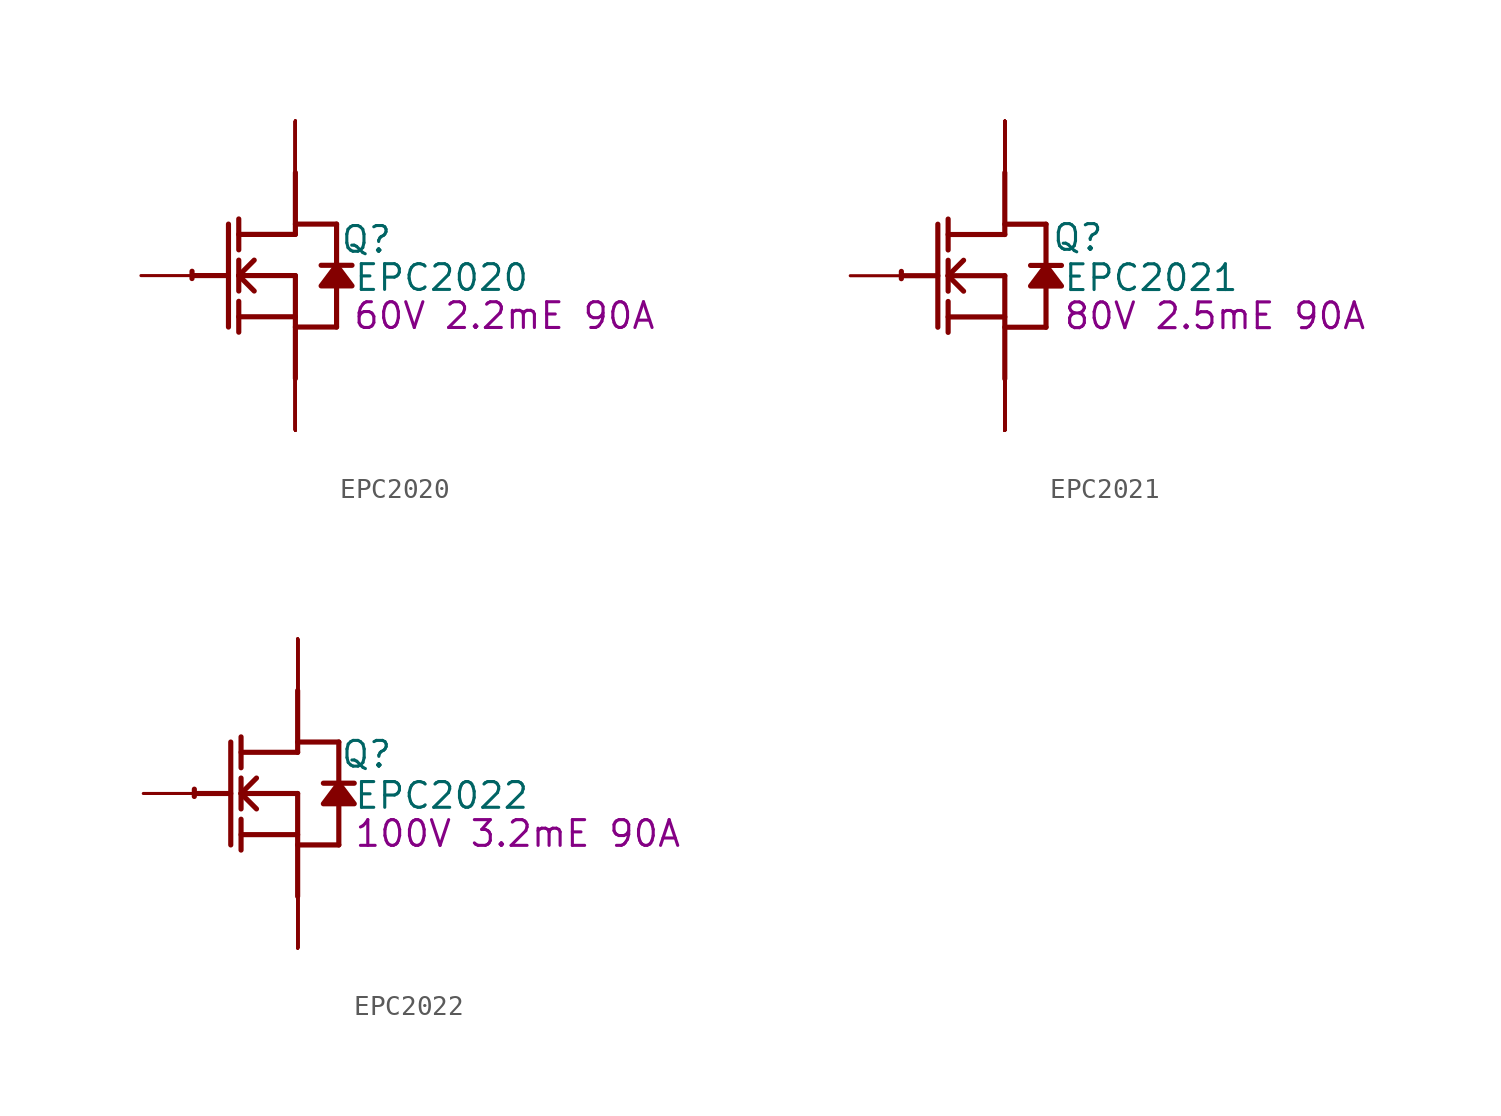
<source format=kicad_sym>
(kicad_symbol_lib
  (version 20231120)
  (generator "kicad_symbol_editor")
  (generator_version "8.0")
  (symbol "EPC2020"
    (property "Reference" "Q"
      (at 3.505 1.778 0)
      (effects (font (size 1.27 1.27))))
    (property "Value" "EPC2020"
      (at 7.214 -0.102 0)
      (effects (font (size 1.27 1.27))))
    (property "Description" "60V 2.2mE 90A"
      (at 10.312 -1.981 0)
      (effects (font (size 1.27 1.27))))
    (symbol "EPC2020_1_0"
      (arc (start -5.0996 0.2128) (mid -5.1039 0.0331) (end -5.1019 -0.1467) (stroke (width 0.254) (type solid)) (fill (type none)))
      (polyline (pts (xy -5.08 0) (xy -3.302 0)) (stroke (width 0.254) (type solid)) (fill (type none)))
      (polyline (pts (xy -3.302 2.54) (xy -3.302 -2.54)) (stroke (width 0.254) (type solid)) (fill (type none)))
      (polyline (pts (xy -2.794 -2.794) (xy -2.794 -1.27)) (stroke (width 0.254) (type solid)) (fill (type none)))
      (polyline (pts (xy -2.794 -2.032) (xy 0 -2.032)) (stroke (width 0.254) (type solid)) (fill (type none)))
      (polyline (pts (xy -2.794 -0.762) (xy -2.794 0.762)) (stroke (width 0.254) (type solid)) (fill (type none)))
      (polyline (pts (xy -2.794 0) (xy -2.032 0.762)) (stroke (width 0.254) (type solid)) (fill (type none)))
      (polyline (pts (xy -2.794 0) (xy 0 0)) (stroke (width 0.254) (type solid)) (fill (type none)))
      (polyline (pts (xy -2.794 1.27) (xy -2.794 2.794)) (stroke (width 0.254) (type solid)) (fill (type none)))
      (polyline (pts (xy -2.032 -0.762) (xy -2.794 0)) (stroke (width 0.254) (type solid)) (fill (type none)))
      (polyline (pts (xy 0 -2.54) (xy 2.032 -2.54)) (stroke (width 0.254) (type solid)) (fill (type none)))
      (polyline (pts (xy 0 0) (xy 0 -5.08)) (stroke (width 0.254) (type solid)) (fill (type none)))
      (polyline (pts (xy 0 2.032) (xy -2.794 2.032)) (stroke (width 0.254) (type solid)) (fill (type none)))
      (polyline (pts (xy 0 2.032) (xy 0 5.08)) (stroke (width 0.254) (type solid)) (fill (type none)))
      (polyline (pts (xy 0 2.54) (xy 2.032 2.54)) (stroke (width 0.254) (type solid)) (fill (type none)))
      (polyline (pts (xy 2.032 -0.508) (xy 2.032 -2.54)) (stroke (width 0.254) (type solid)) (fill (type none)))
      (polyline (pts (xy 2.032 2.54) (xy 2.032 0.508)) (stroke (width 0.254) (type solid)) (fill (type none)))
      (polyline (pts (xy 2.794 0.508) (xy 1.27 0.508)) (stroke (width 0.254) (type solid)) (fill (type none)))
      (polyline (pts (xy 2.032 0.508) (xy 1.27 -0.508) (xy 2.794 -0.508) (xy 2.032 0.508)) (stroke (width 0.254) (type solid)) (fill (type outline)))
      (pin passive line (at -7.62 0 0) (length 2.54) (name "G" (effects (font (size 0 0)))) (number "1" (effects (font (size 0 0)))))
      (pin open_emitter line (at 0 -7.62 90) (length 2.54) (name "S5" (effects (font (size 0 0)))) (number "10" (effects (font (size 0 0)))))
      (pin open_collector line (at 0 7.62 270) (length 2.54) (name "D4" (effects (font (size 0 0)))) (number "11" (effects (font (size 0 0)))))
      (pin open_collector line (at 0 7.62 270) (length 2.54) (name "D5" (effects (font (size 0 0)))) (number "12" (effects (font (size 0 0)))))
      (pin open_emitter line (at 0 -7.62 90) (length 2.54) (name "S6" (effects (font (size 0 0)))) (number "13" (effects (font (size 0 0)))))
      (pin open_emitter line (at 0 -7.62 90) (length 2.54) (name "S7" (effects (font (size 0 0)))) (number "14" (effects (font (size 0 0)))))
      (pin open_collector line (at 0 7.62 270) (length 2.54) (name "D6" (effects (font (size 0 0)))) (number "15" (effects (font (size 0 0)))))
      (pin open_collector line (at 0 7.62 270) (length 2.54) (name "D7" (effects (font (size 0 0)))) (number "16" (effects (font (size 0 0)))))
      (pin open_emitter line (at 0 -7.62 90) (length 2.54) (name "S8" (effects (font (size 0 0)))) (number "17" (effects (font (size 0 0)))))
      (pin open_emitter line (at 0 -7.62 90) (length 2.54) (name "S9" (effects (font (size 0 0)))) (number "18" (effects (font (size 0 0)))))
      (pin open_collector line (at 0 7.62 270) (length 2.54) (name "D8" (effects (font (size 0 0)))) (number "19" (effects (font (size 0 0)))))
      (pin open_emitter line (at 0 -7.62 90) (length 2.54) (name "S1" (effects (font (size 0 0)))) (number "2" (effects (font (size 0 0)))))
      (pin open_collector line (at 0 7.62 270) (length 2.54) (name "D9" (effects (font (size 0 0)))) (number "20" (effects (font (size 0 0)))))
      (pin open_emitter line (at 0 -7.62 90) (length 2.54) (name "S10" (effects (font (size 0 0)))) (number "21" (effects (font (size 0 0)))))
      (pin open_emitter line (at 0 -7.62 90) (length 2.54) (name "S11" (effects (font (size 0 0)))) (number "22" (effects (font (size 0 0)))))
      (pin open_collector line (at 0 7.62 270) (length 2.54) (name "D10" (effects (font (size 0 0)))) (number "23" (effects (font (size 0 0)))))
      (pin open_collector line (at 0 7.62 270) (length 2.54) (name "D11" (effects (font (size 0 0)))) (number "24" (effects (font (size 0 0)))))
      (pin open_emitter line (at 0 -7.62 90) (length 2.54) (name "S12" (effects (font (size 0 0)))) (number "25" (effects (font (size 0 0)))))
      (pin open_emitter line (at 0 -7.62 90) (length 2.54) (name "S13" (effects (font (size 0 0)))) (number "26" (effects (font (size 0 0)))))
      (pin open_collector line (at 0 7.62 270) (length 2.54) (name "D12" (effects (font (size 0 0)))) (number "27" (effects (font (size 0 0)))))
      (pin open_collector line (at 0 7.62 270) (length 2.54) (name "D13" (effects (font (size 0 0)))) (number "28" (effects (font (size 0 0)))))
      (pin open_emitter line (at 0 -7.62 90) (length 2.54) (name "S14" (effects (font (size 0 0)))) (number "29" (effects (font (size 0 0)))))
      (pin open_collector line (at 0 7.62 270) (length 2.54) (name "D1" (effects (font (size 0 0)))) (number "3" (effects (font (size 0 0)))))
      (pin open_emitter line (at 0 -7.62 90) (length 2.54) (name "Sub" (effects (font (size 0 0)))) (number "30" (effects (font (size 0 0)))))
      (pin open_collector line (at 0 7.62 270) (length 2.54) (name "D1" (effects (font (size 0 0)))) (number "4" (effects (font (size 0 0)))))
      (pin open_emitter line (at 0 -7.62 90) (length 2.54) (name "S2" (effects (font (size 0 0)))) (number "5" (effects (font (size 0 0)))))
      (pin open_emitter line (at 0 -7.62 90) (length 2.54) (name "S3" (effects (font (size 0 0)))) (number "6" (effects (font (size 0 0)))))
      (pin open_collector line (at 0 7.62 270) (length 2.54) (name "D2" (effects (font (size 0 0)))) (number "7" (effects (font (size 0 0)))))
      (pin open_collector line (at 0 7.62 270) (length 2.54) (name "D3" (effects (font (size 0 0)))) (number "8" (effects (font (size 0 0)))))
      (pin open_emitter line (at 0 -7.62 90) (length 2.54) (name "S4" (effects (font (size 0 0)))) (number "9" (effects (font (size 0 0)))))))
  (symbol "EPC2021"
    (property "Reference" "Q"
      (at 3.607 1.88 0)
      (effects (font (size 1.27 1.27))))
    (property "Value" "EPC2021"
      (at 7.214 -0.102 0)
      (effects (font (size 1.27 1.27))))
    (property "Description" "80V 2.5mE 90A"
      (at 10.363 -1.981 0)
      (effects (font (size 1.27 1.27))))
    (symbol "EPC2021_1_0"
      (arc (start -5.0996 0.2128) (mid -5.1039 0.0331) (end -5.1019 -0.1467) (stroke (width 0.254) (type solid)) (fill (type none)))
      (polyline (pts (xy -5.08 0) (xy -3.302 0)) (stroke (width 0.254) (type solid)) (fill (type none)))
      (polyline (pts (xy -3.302 2.54) (xy -3.302 -2.54)) (stroke (width 0.254) (type solid)) (fill (type none)))
      (polyline (pts (xy -2.794 -2.794) (xy -2.794 -1.27)) (stroke (width 0.254) (type solid)) (fill (type none)))
      (polyline (pts (xy -2.794 -2.032) (xy 0 -2.032)) (stroke (width 0.254) (type solid)) (fill (type none)))
      (polyline (pts (xy -2.794 -0.762) (xy -2.794 0.762)) (stroke (width 0.254) (type solid)) (fill (type none)))
      (polyline (pts (xy -2.794 0) (xy -2.032 0.762)) (stroke (width 0.254) (type solid)) (fill (type none)))
      (polyline (pts (xy -2.794 0) (xy 0 0)) (stroke (width 0.254) (type solid)) (fill (type none)))
      (polyline (pts (xy -2.794 1.27) (xy -2.794 2.794)) (stroke (width 0.254) (type solid)) (fill (type none)))
      (polyline (pts (xy -2.032 -0.762) (xy -2.794 0)) (stroke (width 0.254) (type solid)) (fill (type none)))
      (polyline (pts (xy 0 -2.54) (xy 2.032 -2.54)) (stroke (width 0.254) (type solid)) (fill (type none)))
      (polyline (pts (xy 0 0) (xy 0 -5.08)) (stroke (width 0.254) (type solid)) (fill (type none)))
      (polyline (pts (xy 0 2.032) (xy -2.794 2.032)) (stroke (width 0.254) (type solid)) (fill (type none)))
      (polyline (pts (xy 0 2.032) (xy 0 5.08)) (stroke (width 0.254) (type solid)) (fill (type none)))
      (polyline (pts (xy 0 2.54) (xy 2.032 2.54)) (stroke (width 0.254) (type solid)) (fill (type none)))
      (polyline (pts (xy 2.032 -0.508) (xy 2.032 -2.54)) (stroke (width 0.254) (type solid)) (fill (type none)))
      (polyline (pts (xy 2.032 2.54) (xy 2.032 0.508)) (stroke (width 0.254) (type solid)) (fill (type none)))
      (polyline (pts (xy 2.794 0.508) (xy 1.27 0.508)) (stroke (width 0.254) (type solid)) (fill (type none)))
      (polyline (pts (xy 2.032 0.508) (xy 1.27 -0.508) (xy 2.794 -0.508) (xy 2.032 0.508)) (stroke (width 0.254) (type solid)) (fill (type outline)))
      (pin passive line (at -7.62 0 0) (length 2.54) (name "G" (effects (font (size 0 0)))) (number "1" (effects (font (size 0 0)))))
      (pin open_emitter line (at 0 -7.62 90) (length 2.54) (name "S5" (effects (font (size 0 0)))) (number "10" (effects (font (size 0 0)))))
      (pin open_collector line (at 0 7.62 270) (length 2.54) (name "D5" (effects (font (size 0 0)))) (number "11" (effects (font (size 0 0)))))
      (pin open_collector line (at 0 7.62 270) (length 2.54) (name "D6" (effects (font (size 0 0)))) (number "12" (effects (font (size 0 0)))))
      (pin open_emitter line (at 0 -7.62 90) (length 2.54) (name "S6" (effects (font (size 0 0)))) (number "13" (effects (font (size 0 0)))))
      (pin open_emitter line (at 0 -7.62 90) (length 2.54) (name "S7" (effects (font (size 0 0)))) (number "14" (effects (font (size 0 0)))))
      (pin open_collector line (at 0 7.62 270) (length 2.54) (name "D7" (effects (font (size 0 0)))) (number "15" (effects (font (size 0 0)))))
      (pin open_collector line (at 0 7.62 270) (length 2.54) (name "D8" (effects (font (size 0 0)))) (number "16" (effects (font (size 0 0)))))
      (pin open_emitter line (at 0 -7.62 90) (length 2.54) (name "S8" (effects (font (size 0 0)))) (number "17" (effects (font (size 0 0)))))
      (pin open_emitter line (at 0 -7.62 90) (length 2.54) (name "S9" (effects (font (size 0 0)))) (number "18" (effects (font (size 0 0)))))
      (pin open_collector line (at 0 7.62 270) (length 2.54) (name "D9" (effects (font (size 0 0)))) (number "19" (effects (font (size 0 0)))))
      (pin open_emitter line (at 0 -7.62 90) (length 2.54) (name "S1" (effects (font (size 0 0)))) (number "2" (effects (font (size 0 0)))))
      (pin open_collector line (at 0 7.62 270) (length 2.54) (name "D10" (effects (font (size 0 0)))) (number "20" (effects (font (size 0 0)))))
      (pin open_emitter line (at 0 -7.62 90) (length 2.54) (name "S10" (effects (font (size 0 0)))) (number "21" (effects (font (size 0 0)))))
      (pin open_emitter line (at 0 -7.62 90) (length 2.54) (name "S11" (effects (font (size 0 0)))) (number "22" (effects (font (size 0 0)))))
      (pin open_collector line (at 0 7.62 270) (length 2.54) (name "D11" (effects (font (size 0 0)))) (number "23" (effects (font (size 0 0)))))
      (pin open_collector line (at 0 7.62 270) (length 2.54) (name "D12" (effects (font (size 0 0)))) (number "24" (effects (font (size 0 0)))))
      (pin open_emitter line (at 0 -7.62 90) (length 2.54) (name "S12" (effects (font (size 0 0)))) (number "25" (effects (font (size 0 0)))))
      (pin open_emitter line (at 0 -7.62 90) (length 2.54) (name "S13" (effects (font (size 0 0)))) (number "26" (effects (font (size 0 0)))))
      (pin open_collector line (at 0 7.62 270) (length 2.54) (name "D13" (effects (font (size 0 0)))) (number "27" (effects (font (size 0 0)))))
      (pin open_collector line (at 0 7.62 270) (length 2.54) (name "D14" (effects (font (size 0 0)))) (number "28" (effects (font (size 0 0)))))
      (pin open_emitter line (at 0 -7.62 90) (length 2.54) (name "S14" (effects (font (size 0 0)))) (number "29" (effects (font (size 0 0)))))
      (pin open_collector line (at 0 7.62 270) (length 2.54) (name "D1" (effects (font (size 0 0)))) (number "3" (effects (font (size 0 0)))))
      (pin open_emitter line (at 0 -7.62 90) (length 2.54) (name "Sub" (effects (font (size 0 0)))) (number "30" (effects (font (size 0 0)))))
      (pin open_collector line (at 0 7.62 270) (length 2.54) (name "D2" (effects (font (size 0 0)))) (number "4" (effects (font (size 0 0)))))
      (pin open_emitter line (at 0 -7.62 90) (length 2.54) (name "S2" (effects (font (size 0 0)))) (number "5" (effects (font (size 0 0)))))
      (pin open_emitter line (at 0 -7.62 90) (length 2.54) (name "S3" (effects (font (size 0 0)))) (number "6" (effects (font (size 0 0)))))
      (pin open_collector line (at 0 7.62 270) (length 2.54) (name "D3" (effects (font (size 0 0)))) (number "7" (effects (font (size 0 0)))))
      (pin open_collector line (at 0 7.62 270) (length 2.54) (name "D4" (effects (font (size 0 0)))) (number "8" (effects (font (size 0 0)))))
      (pin open_emitter line (at 0 -7.62 90) (length 2.54) (name "S4" (effects (font (size 0 0)))) (number "9" (effects (font (size 0 0)))))))
  (symbol "EPC2022"
    (property "Reference" "Q"
      (at 3.404 1.93 0)
      (effects (font (size 1.27 1.27))))
    (property "Value" "EPC2022"
      (at 7.112 -0.102 0)
      (effects (font (size 1.27 1.27))))
    (property "Description" "100V 3.2mE 90A"
      (at 10.871 -1.981 0)
      (effects (font (size 1.27 1.27))))
    (symbol "EPC2022_1_0"
      (arc (start -5.0996 0.2128) (mid -5.1039 0.0331) (end -5.1019 -0.1467) (stroke (width 0.254) (type solid)) (fill (type none)))
      (polyline (pts (xy -5.08 0) (xy -3.302 0)) (stroke (width 0.254) (type solid)) (fill (type none)))
      (polyline (pts (xy -3.302 2.54) (xy -3.302 -2.54)) (stroke (width 0.254) (type solid)) (fill (type none)))
      (polyline (pts (xy -2.794 -2.794) (xy -2.794 -1.27)) (stroke (width 0.254) (type solid)) (fill (type none)))
      (polyline (pts (xy -2.794 -2.032) (xy 0 -2.032)) (stroke (width 0.254) (type solid)) (fill (type none)))
      (polyline (pts (xy -2.794 -0.762) (xy -2.794 0.762)) (stroke (width 0.254) (type solid)) (fill (type none)))
      (polyline (pts (xy -2.794 0) (xy -2.032 0.762)) (stroke (width 0.254) (type solid)) (fill (type none)))
      (polyline (pts (xy -2.794 0) (xy 0 0)) (stroke (width 0.254) (type solid)) (fill (type none)))
      (polyline (pts (xy -2.794 1.27) (xy -2.794 2.794)) (stroke (width 0.254) (type solid)) (fill (type none)))
      (polyline (pts (xy -2.032 -0.762) (xy -2.794 0)) (stroke (width 0.254) (type solid)) (fill (type none)))
      (polyline (pts (xy 0 -2.54) (xy 2.032 -2.54)) (stroke (width 0.254) (type solid)) (fill (type none)))
      (polyline (pts (xy 0 0) (xy 0 -5.08)) (stroke (width 0.254) (type solid)) (fill (type none)))
      (polyline (pts (xy 0 2.032) (xy -2.794 2.032)) (stroke (width 0.254) (type solid)) (fill (type none)))
      (polyline (pts (xy 0 2.032) (xy 0 5.08)) (stroke (width 0.254) (type solid)) (fill (type none)))
      (polyline (pts (xy 0 2.54) (xy 2.032 2.54)) (stroke (width 0.254) (type solid)) (fill (type none)))
      (polyline (pts (xy 2.032 -0.508) (xy 2.032 -2.54)) (stroke (width 0.254) (type solid)) (fill (type none)))
      (polyline (pts (xy 2.032 2.54) (xy 2.032 0.508)) (stroke (width 0.254) (type solid)) (fill (type none)))
      (polyline (pts (xy 2.794 0.508) (xy 1.27 0.508)) (stroke (width 0.254) (type solid)) (fill (type none)))
      (polyline (pts (xy 2.032 0.508) (xy 1.27 -0.508) (xy 2.794 -0.508) (xy 2.032 0.508)) (stroke (width 0.254) (type solid)) (fill (type outline)))
      (pin passive line (at -7.62 0 0) (length 2.54) (name "G" (effects (font (size 0 0)))) (number "1" (effects (font (size 0 0)))))
      (pin open_emitter line (at 0 -7.62 90) (length 2.54) (name "S5" (effects (font (size 0 0)))) (number "10" (effects (font (size 0 0)))))
      (pin open_collector line (at 0 7.62 270) (length 2.54) (name "D5" (effects (font (size 0 0)))) (number "11" (effects (font (size 0 0)))))
      (pin open_collector line (at 0 7.62 270) (length 2.54) (name "D6" (effects (font (size 0 0)))) (number "12" (effects (font (size 0 0)))))
      (pin open_emitter line (at 0 -7.62 90) (length 2.54) (name "S6" (effects (font (size 0 0)))) (number "13" (effects (font (size 0 0)))))
      (pin open_emitter line (at 0 -7.62 90) (length 2.54) (name "S7" (effects (font (size 0 0)))) (number "14" (effects (font (size 0 0)))))
      (pin open_collector line (at 0 7.62 270) (length 2.54) (name "D7" (effects (font (size 0 0)))) (number "15" (effects (font (size 0 0)))))
      (pin open_collector line (at 0 7.62 270) (length 2.54) (name "D8" (effects (font (size 0 0)))) (number "16" (effects (font (size 0 0)))))
      (pin open_emitter line (at 0 -7.62 90) (length 2.54) (name "S8" (effects (font (size 0 0)))) (number "17" (effects (font (size 0 0)))))
      (pin open_emitter line (at 0 -7.62 90) (length 2.54) (name "S9" (effects (font (size 0 0)))) (number "18" (effects (font (size 0 0)))))
      (pin open_collector line (at 0 7.62 270) (length 2.54) (name "D9" (effects (font (size 0 0)))) (number "19" (effects (font (size 0 0)))))
      (pin open_emitter line (at 0 -7.62 90) (length 2.54) (name "S1" (effects (font (size 0 0)))) (number "2" (effects (font (size 0 0)))))
      (pin open_collector line (at 0 7.62 270) (length 2.54) (name "D10" (effects (font (size 0 0)))) (number "20" (effects (font (size 0 0)))))
      (pin open_emitter line (at 0 -7.62 90) (length 2.54) (name "S10" (effects (font (size 0 0)))) (number "21" (effects (font (size 0 0)))))
      (pin open_emitter line (at 0 -7.62 90) (length 2.54) (name "S11" (effects (font (size 0 0)))) (number "22" (effects (font (size 0 0)))))
      (pin open_collector line (at 0 7.62 270) (length 2.54) (name "D11" (effects (font (size 0 0)))) (number "23" (effects (font (size 0 0)))))
      (pin open_collector line (at 0 7.62 270) (length 2.54) (name "D12" (effects (font (size 0 0)))) (number "24" (effects (font (size 0 0)))))
      (pin open_emitter line (at 0 -7.62 90) (length 2.54) (name "S12" (effects (font (size 0 0)))) (number "25" (effects (font (size 0 0)))))
      (pin open_emitter line (at 0 -7.62 90) (length 2.54) (name "S13" (effects (font (size 0 0)))) (number "26" (effects (font (size 0 0)))))
      (pin open_collector line (at 0 7.62 270) (length 2.54) (name "D13" (effects (font (size 0 0)))) (number "27" (effects (font (size 0 0)))))
      (pin open_collector line (at 0 7.62 270) (length 2.54) (name "D14" (effects (font (size 0 0)))) (number "28" (effects (font (size 0 0)))))
      (pin open_emitter line (at 0 -7.62 90) (length 2.54) (name "S14" (effects (font (size 0 0)))) (number "29" (effects (font (size 0 0)))))
      (pin open_collector line (at 0 7.62 270) (length 2.54) (name "D1" (effects (font (size 0 0)))) (number "3" (effects (font (size 0 0)))))
      (pin open_emitter line (at 0 -7.62 90) (length 2.54) (name "Sub" (effects (font (size 0 0)))) (number "30" (effects (font (size 0 0)))))
      (pin open_collector line (at 0 7.62 270) (length 2.54) (name "D2" (effects (font (size 0 0)))) (number "4" (effects (font (size 0 0)))))
      (pin open_emitter line (at 0 -7.62 90) (length 2.54) (name "S2" (effects (font (size 0 0)))) (number "5" (effects (font (size 0 0)))))
      (pin open_emitter line (at 0 -7.62 90) (length 2.54) (name "S3" (effects (font (size 0 0)))) (number "6" (effects (font (size 0 0)))))
      (pin open_collector line (at 0 7.62 270) (length 2.54) (name "D3" (effects (font (size 0 0)))) (number "7" (effects (font (size 0 0)))))
      (pin open_collector line (at 0 7.62 270) (length 2.54) (name "D4" (effects (font (size 0 0)))) (number "8" (effects (font (size 0 0)))))
      (pin open_emitter line (at 0 -7.62 90) (length 2.54) (name "S4" (effects (font (size 0 0)))) (number "9" (effects (font (size 0 0))))))))
</source>
